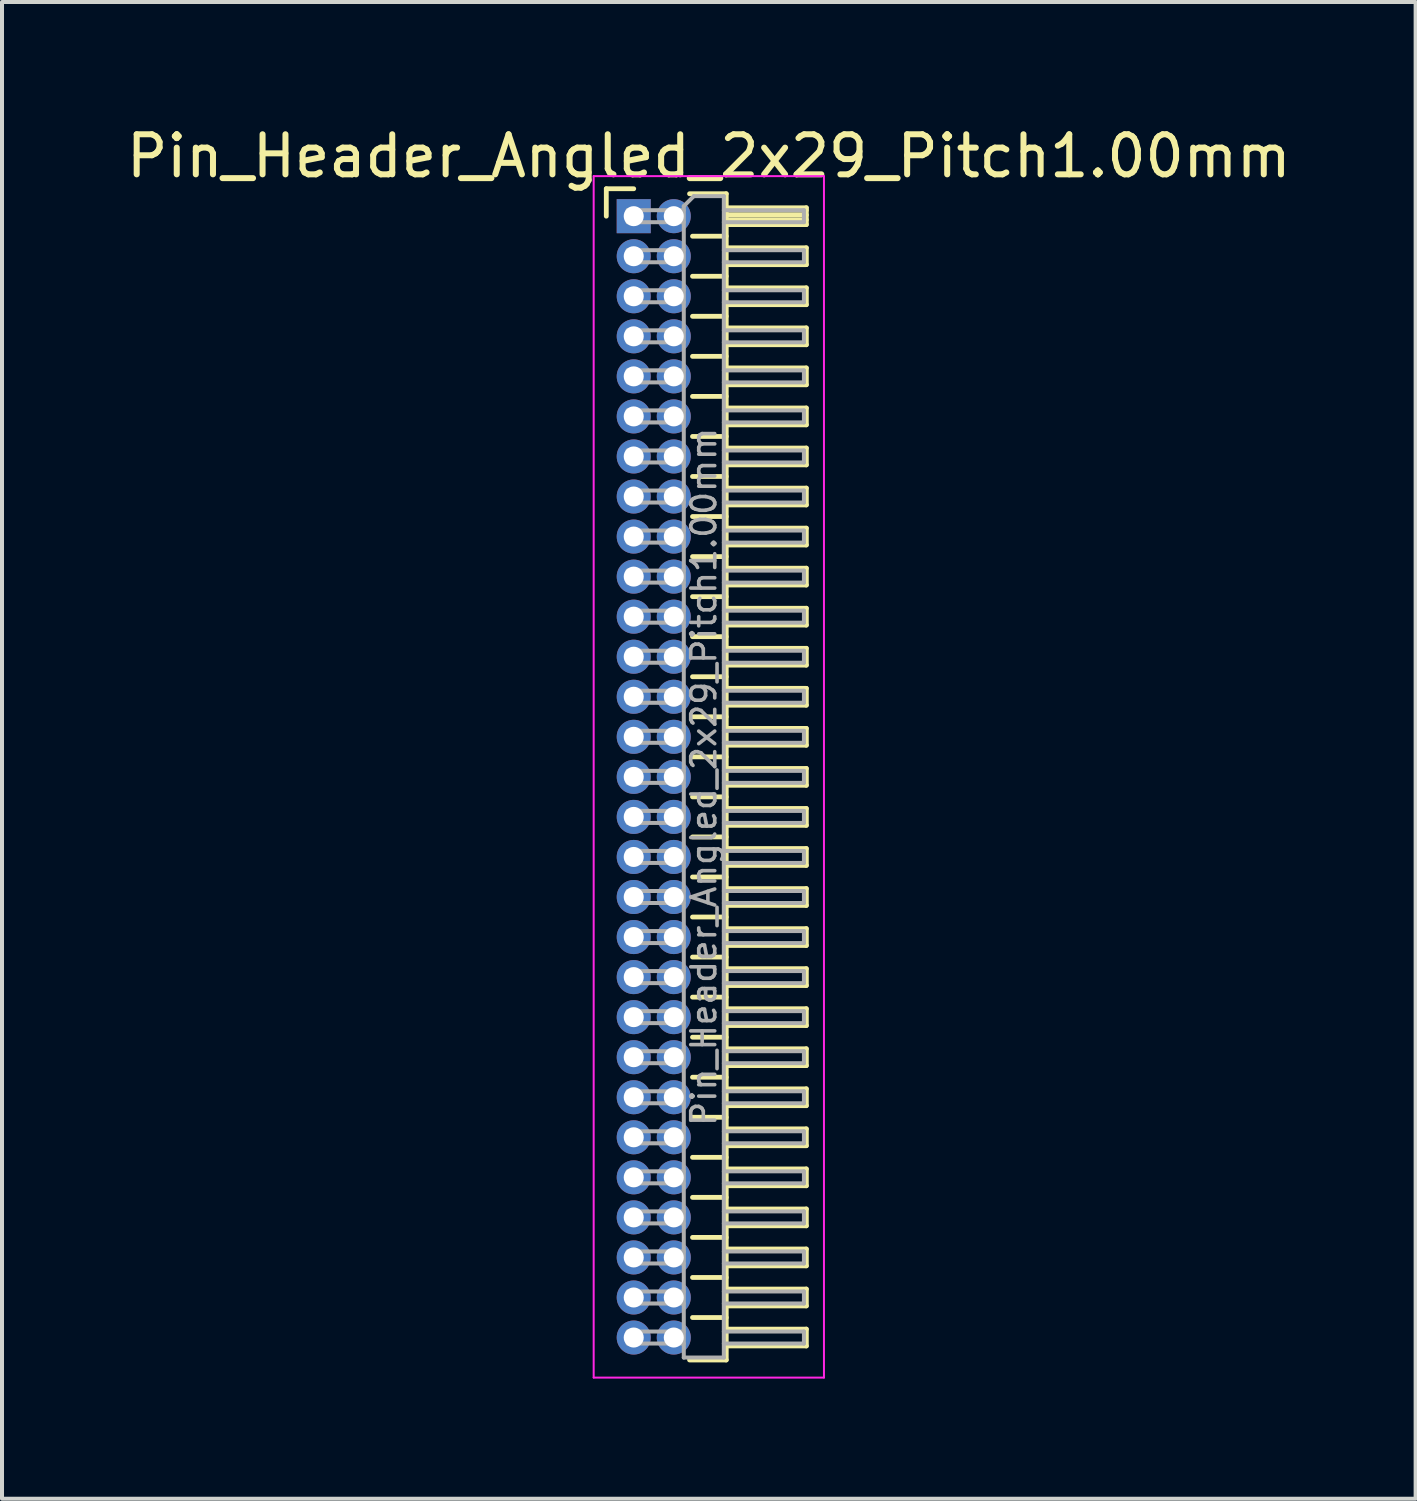
<source format=kicad_pcb>
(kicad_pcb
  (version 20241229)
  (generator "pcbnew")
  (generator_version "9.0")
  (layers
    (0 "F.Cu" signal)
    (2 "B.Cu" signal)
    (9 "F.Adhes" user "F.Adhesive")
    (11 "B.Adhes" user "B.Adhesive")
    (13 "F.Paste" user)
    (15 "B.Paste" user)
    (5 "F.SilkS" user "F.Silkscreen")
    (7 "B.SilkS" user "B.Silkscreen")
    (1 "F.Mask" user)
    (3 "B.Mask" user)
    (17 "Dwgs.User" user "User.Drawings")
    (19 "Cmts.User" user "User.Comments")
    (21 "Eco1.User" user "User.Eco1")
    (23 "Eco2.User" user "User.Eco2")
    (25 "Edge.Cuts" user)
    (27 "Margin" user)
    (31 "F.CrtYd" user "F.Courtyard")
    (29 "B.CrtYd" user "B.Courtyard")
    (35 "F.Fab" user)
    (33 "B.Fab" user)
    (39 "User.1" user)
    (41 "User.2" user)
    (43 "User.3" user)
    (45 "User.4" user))
  (footprint "Pin_Header_Angled_2x29_Pitch1.00mm"
    (layer "F.Cu")
    (at 12.774 2.348)
    (property "Reference" "Pin_Header_Angled_2x29_Pitch1.00mm" (at 1.875 -1.5 0) (layer "F.SilkS") (effects (font (size 1 1) (thickness 0.15))))
    (attr through_hole)
    (fp_line (start -0.685 -0.685) (end 0 -0.685) (stroke (width 0.12) (type solid)) (layer "F.SilkS"))
    (fp_line (start -0.685 0) (end -0.685 -0.685) (stroke (width 0.12) (type solid)) (layer "F.SilkS"))
    (fp_line (start 1.394 -0.56) (end 2.31 -0.56) (stroke (width 0.12) (type solid)) (layer "F.SilkS"))
    (fp_line (start 1.468 0.5) (end 2.31 0.5) (stroke (width 0.12) (type solid)) (layer "F.SilkS"))
    (fp_line (start 1.468 1.5) (end 2.31 1.5) (stroke (width 0.12) (type solid)) (layer "F.SilkS"))
    (fp_line (start 1.468 2.5) (end 2.31 2.5) (stroke (width 0.12) (type solid)) (layer "F.SilkS"))
    (fp_line (start 1.468 3.5) (end 2.31 3.5) (stroke (width 0.12) (type solid)) (layer "F.SilkS"))
    (fp_line (start 1.468 4.5) (end 2.31 4.5) (stroke (width 0.12) (type solid)) (layer "F.SilkS"))
    (fp_line (start 1.468 5.5) (end 2.31 5.5) (stroke (width 0.12) (type solid)) (layer "F.SilkS"))
    (fp_line (start 1.468 6.5) (end 2.31 6.5) (stroke (width 0.12) (type solid)) (layer "F.SilkS"))
    (fp_line (start 1.468 7.5) (end 2.31 7.5) (stroke (width 0.12) (type solid)) (layer "F.SilkS"))
    (fp_line (start 1.468 8.5) (end 2.31 8.5) (stroke (width 0.12) (type solid)) (layer "F.SilkS"))
    (fp_line (start 1.468 9.5) (end 2.31 9.5) (stroke (width 0.12) (type solid)) (layer "F.SilkS"))
    (fp_line (start 1.468 10.5) (end 2.31 10.5) (stroke (width 0.12) (type solid)) (layer "F.SilkS"))
    (fp_line (start 1.468 11.5) (end 2.31 11.5) (stroke (width 0.12) (type solid)) (layer "F.SilkS"))
    (fp_line (start 1.468 12.5) (end 2.31 12.5) (stroke (width 0.12) (type solid)) (layer "F.SilkS"))
    (fp_line (start 1.468 13.5) (end 2.31 13.5) (stroke (width 0.12) (type solid)) (layer "F.SilkS"))
    (fp_line (start 1.468 14.5) (end 2.31 14.5) (stroke (width 0.12) (type solid)) (layer "F.SilkS"))
    (fp_line (start 1.468 15.5) (end 2.31 15.5) (stroke (width 0.12) (type solid)) (layer "F.SilkS"))
    (fp_line (start 1.468 16.5) (end 2.31 16.5) (stroke (width 0.12) (type solid)) (layer "F.SilkS"))
    (fp_line (start 1.468 17.5) (end 2.31 17.5) (stroke (width 0.12) (type solid)) (layer "F.SilkS"))
    (fp_line (start 1.468 18.5) (end 2.31 18.5) (stroke (width 0.12) (type solid)) (layer "F.SilkS"))
    (fp_line (start 1.468 19.5) (end 2.31 19.5) (stroke (width 0.12) (type solid)) (layer "F.SilkS"))
    (fp_line (start 1.468 20.5) (end 2.31 20.5) (stroke (width 0.12) (type solid)) (layer "F.SilkS"))
    (fp_line (start 1.468 21.5) (end 2.31 21.5) (stroke (width 0.12) (type solid)) (layer "F.SilkS"))
    (fp_line (start 1.468 22.5) (end 2.31 22.5) (stroke (width 0.12) (type solid)) (layer "F.SilkS"))
    (fp_line (start 1.468 23.5) (end 2.31 23.5) (stroke (width 0.12) (type solid)) (layer "F.SilkS"))
    (fp_line (start 1.468 24.5) (end 2.31 24.5) (stroke (width 0.12) (type solid)) (layer "F.SilkS"))
    (fp_line (start 1.468 25.5) (end 2.31 25.5) (stroke (width 0.12) (type solid)) (layer "F.SilkS"))
    (fp_line (start 1.468 26.5) (end 2.31 26.5) (stroke (width 0.12) (type solid)) (layer "F.SilkS"))
    (fp_line (start 1.468 27.5) (end 2.31 27.5) (stroke (width 0.12) (type solid)) (layer "F.SilkS"))
    (fp_line (start 2.31 -0.56) (end 2.31 28.56) (stroke (width 0.12) (type solid)) (layer "F.SilkS"))
    (fp_line (start 2.31 -0.21) (end 4.31 -0.21) (stroke (width 0.12) (type solid)) (layer "F.SilkS"))
    (fp_line (start 2.31 -0.15) (end 4.31 -0.15) (stroke (width 0.12) (type solid)) (layer "F.SilkS"))
    (fp_line (start 2.31 -0.03) (end 4.31 -0.03) (stroke (width 0.12) (type solid)) (layer "F.SilkS"))
    (fp_line (start 2.31 0.09) (end 4.31 0.09) (stroke (width 0.12) (type solid)) (layer "F.SilkS"))
    (fp_line (start 2.31 0.79) (end 4.31 0.79) (stroke (width 0.12) (type solid)) (layer "F.SilkS"))
    (fp_line (start 2.31 1.79) (end 4.31 1.79) (stroke (width 0.12) (type solid)) (layer "F.SilkS"))
    (fp_line (start 2.31 2.79) (end 4.31 2.79) (stroke (width 0.12) (type solid)) (layer "F.SilkS"))
    (fp_line (start 2.31 3.79) (end 4.31 3.79) (stroke (width 0.12) (type solid)) (layer "F.SilkS"))
    (fp_line (start 2.31 4.79) (end 4.31 4.79) (stroke (width 0.12) (type solid)) (layer "F.SilkS"))
    (fp_line (start 2.31 5.79) (end 4.31 5.79) (stroke (width 0.12) (type solid)) (layer "F.SilkS"))
    (fp_line (start 2.31 6.79) (end 4.31 6.79) (stroke (width 0.12) (type solid)) (layer "F.SilkS"))
    (fp_line (start 2.31 7.79) (end 4.31 7.79) (stroke (width 0.12) (type solid)) (layer "F.SilkS"))
    (fp_line (start 2.31 8.79) (end 4.31 8.79) (stroke (width 0.12) (type solid)) (layer "F.SilkS"))
    (fp_line (start 2.31 9.79) (end 4.31 9.79) (stroke (width 0.12) (type solid)) (layer "F.SilkS"))
    (fp_line (start 2.31 10.79) (end 4.31 10.79) (stroke (width 0.12) (type solid)) (layer "F.SilkS"))
    (fp_line (start 2.31 11.79) (end 4.31 11.79) (stroke (width 0.12) (type solid)) (layer "F.SilkS"))
    (fp_line (start 2.31 12.79) (end 4.31 12.79) (stroke (width 0.12) (type solid)) (layer "F.SilkS"))
    (fp_line (start 2.31 13.79) (end 4.31 13.79) (stroke (width 0.12) (type solid)) (layer "F.SilkS"))
    (fp_line (start 2.31 14.79) (end 4.31 14.79) (stroke (width 0.12) (type solid)) (layer "F.SilkS"))
    (fp_line (start 2.31 15.79) (end 4.31 15.79) (stroke (width 0.12) (type solid)) (layer "F.SilkS"))
    (fp_line (start 2.31 16.79) (end 4.31 16.79) (stroke (width 0.12) (type solid)) (layer "F.SilkS"))
    (fp_line (start 2.31 17.79) (end 4.31 17.79) (stroke (width 0.12) (type solid)) (layer "F.SilkS"))
    (fp_line (start 2.31 18.79) (end 4.31 18.79) (stroke (width 0.12) (type solid)) (layer "F.SilkS"))
    (fp_line (start 2.31 19.79) (end 4.31 19.79) (stroke (width 0.12) (type solid)) (layer "F.SilkS"))
    (fp_line (start 2.31 20.79) (end 4.31 20.79) (stroke (width 0.12) (type solid)) (layer "F.SilkS"))
    (fp_line (start 2.31 21.79) (end 4.31 21.79) (stroke (width 0.12) (type solid)) (layer "F.SilkS"))
    (fp_line (start 2.31 22.79) (end 4.31 22.79) (stroke (width 0.12) (type solid)) (layer "F.SilkS"))
    (fp_line (start 2.31 23.79) (end 4.31 23.79) (stroke (width 0.12) (type solid)) (layer "F.SilkS"))
    (fp_line (start 2.31 24.79) (end 4.31 24.79) (stroke (width 0.12) (type solid)) (layer "F.SilkS"))
    (fp_line (start 2.31 25.79) (end 4.31 25.79) (stroke (width 0.12) (type solid)) (layer "F.SilkS"))
    (fp_line (start 2.31 26.79) (end 4.31 26.79) (stroke (width 0.12) (type solid)) (layer "F.SilkS"))
    (fp_line (start 2.31 27.79) (end 4.31 27.79) (stroke (width 0.12) (type solid)) (layer "F.SilkS"))
    (fp_line (start 2.31 28.56) (end 1.394 28.56) (stroke (width 0.12) (type solid)) (layer "F.SilkS"))
    (fp_line (start 4.31 -0.21) (end 4.31 0.21) (stroke (width 0.12) (type solid)) (layer "F.SilkS"))
    (fp_line (start 4.31 0.21) (end 2.31 0.21) (stroke (width 0.12) (type solid)) (layer "F.SilkS"))
    (fp_line (start 4.31 0.79) (end 4.31 1.21) (stroke (width 0.12) (type solid)) (layer "F.SilkS"))
    (fp_line (start 4.31 1.21) (end 2.31 1.21) (stroke (width 0.12) (type solid)) (layer "F.SilkS"))
    (fp_line (start 4.31 1.79) (end 4.31 2.21) (stroke (width 0.12) (type solid)) (layer "F.SilkS"))
    (fp_line (start 4.31 2.21) (end 2.31 2.21) (stroke (width 0.12) (type solid)) (layer "F.SilkS"))
    (fp_line (start 4.31 2.79) (end 4.31 3.21) (stroke (width 0.12) (type solid)) (layer "F.SilkS"))
    (fp_line (start 4.31 3.21) (end 2.31 3.21) (stroke (width 0.12) (type solid)) (layer "F.SilkS"))
    (fp_line (start 4.31 3.79) (end 4.31 4.21) (stroke (width 0.12) (type solid)) (layer "F.SilkS"))
    (fp_line (start 4.31 4.21) (end 2.31 4.21) (stroke (width 0.12) (type solid)) (layer "F.SilkS"))
    (fp_line (start 4.31 4.79) (end 4.31 5.21) (stroke (width 0.12) (type solid)) (layer "F.SilkS"))
    (fp_line (start 4.31 5.21) (end 2.31 5.21) (stroke (width 0.12) (type solid)) (layer "F.SilkS"))
    (fp_line (start 4.31 5.79) (end 4.31 6.21) (stroke (width 0.12) (type solid)) (layer "F.SilkS"))
    (fp_line (start 4.31 6.21) (end 2.31 6.21) (stroke (width 0.12) (type solid)) (layer "F.SilkS"))
    (fp_line (start 4.31 6.79) (end 4.31 7.21) (stroke (width 0.12) (type solid)) (layer "F.SilkS"))
    (fp_line (start 4.31 7.21) (end 2.31 7.21) (stroke (width 0.12) (type solid)) (layer "F.SilkS"))
    (fp_line (start 4.31 7.79) (end 4.31 8.21) (stroke (width 0.12) (type solid)) (layer "F.SilkS"))
    (fp_line (start 4.31 8.21) (end 2.31 8.21) (stroke (width 0.12) (type solid)) (layer "F.SilkS"))
    (fp_line (start 4.31 8.79) (end 4.31 9.21) (stroke (width 0.12) (type solid)) (layer "F.SilkS"))
    (fp_line (start 4.31 9.21) (end 2.31 9.21) (stroke (width 0.12) (type solid)) (layer "F.SilkS"))
    (fp_line (start 4.31 9.79) (end 4.31 10.21) (stroke (width 0.12) (type solid)) (layer "F.SilkS"))
    (fp_line (start 4.31 10.21) (end 2.31 10.21) (stroke (width 0.12) (type solid)) (layer "F.SilkS"))
    (fp_line (start 4.31 10.79) (end 4.31 11.21) (stroke (width 0.12) (type solid)) (layer "F.SilkS"))
    (fp_line (start 4.31 11.21) (end 2.31 11.21) (stroke (width 0.12) (type solid)) (layer "F.SilkS"))
    (fp_line (start 4.31 11.79) (end 4.31 12.21) (stroke (width 0.12) (type solid)) (layer "F.SilkS"))
    (fp_line (start 4.31 12.21) (end 2.31 12.21) (stroke (width 0.12) (type solid)) (layer "F.SilkS"))
    (fp_line (start 4.31 12.79) (end 4.31 13.21) (stroke (width 0.12) (type solid)) (layer "F.SilkS"))
    (fp_line (start 4.31 13.21) (end 2.31 13.21) (stroke (width 0.12) (type solid)) (layer "F.SilkS"))
    (fp_line (start 4.31 13.79) (end 4.31 14.21) (stroke (width 0.12) (type solid)) (layer "F.SilkS"))
    (fp_line (start 4.31 14.21) (end 2.31 14.21) (stroke (width 0.12) (type solid)) (layer "F.SilkS"))
    (fp_line (start 4.31 14.79) (end 4.31 15.21) (stroke (width 0.12) (type solid)) (layer "F.SilkS"))
    (fp_line (start 4.31 15.21) (end 2.31 15.21) (stroke (width 0.12) (type solid)) (layer "F.SilkS"))
    (fp_line (start 4.31 15.79) (end 4.31 16.21) (stroke (width 0.12) (type solid)) (layer "F.SilkS"))
    (fp_line (start 4.31 16.21) (end 2.31 16.21) (stroke (width 0.12) (type solid)) (layer "F.SilkS"))
    (fp_line (start 4.31 16.79) (end 4.31 17.21) (stroke (width 0.12) (type solid)) (layer "F.SilkS"))
    (fp_line (start 4.31 17.21) (end 2.31 17.21) (stroke (width 0.12) (type solid)) (layer "F.SilkS"))
    (fp_line (start 4.31 17.79) (end 4.31 18.21) (stroke (width 0.12) (type solid)) (layer "F.SilkS"))
    (fp_line (start 4.31 18.21) (end 2.31 18.21) (stroke (width 0.12) (type solid)) (layer "F.SilkS"))
    (fp_line (start 4.31 18.79) (end 4.31 19.21) (stroke (width 0.12) (type solid)) (layer "F.SilkS"))
    (fp_line (start 4.31 19.21) (end 2.31 19.21) (stroke (width 0.12) (type solid)) (layer "F.SilkS"))
    (fp_line (start 4.31 19.79) (end 4.31 20.21) (stroke (width 0.12) (type solid)) (layer "F.SilkS"))
    (fp_line (start 4.31 20.21) (end 2.31 20.21) (stroke (width 0.12) (type solid)) (layer "F.SilkS"))
    (fp_line (start 4.31 20.79) (end 4.31 21.21) (stroke (width 0.12) (type solid)) (layer "F.SilkS"))
    (fp_line (start 4.31 21.21) (end 2.31 21.21) (stroke (width 0.12) (type solid)) (layer "F.SilkS"))
    (fp_line (start 4.31 21.79) (end 4.31 22.21) (stroke (width 0.12) (type solid)) (layer "F.SilkS"))
    (fp_line (start 4.31 22.21) (end 2.31 22.21) (stroke (width 0.12) (type solid)) (layer "F.SilkS"))
    (fp_line (start 4.31 22.79) (end 4.31 23.21) (stroke (width 0.12) (type solid)) (layer "F.SilkS"))
    (fp_line (start 4.31 23.21) (end 2.31 23.21) (stroke (width 0.12) (type solid)) (layer "F.SilkS"))
    (fp_line (start 4.31 23.79) (end 4.31 24.21) (stroke (width 0.12) (type solid)) (layer "F.SilkS"))
    (fp_line (start 4.31 24.21) (end 2.31 24.21) (stroke (width 0.12) (type solid)) (layer "F.SilkS"))
    (fp_line (start 4.31 24.79) (end 4.31 25.21) (stroke (width 0.12) (type solid)) (layer "F.SilkS"))
    (fp_line (start 4.31 25.21) (end 2.31 25.21) (stroke (width 0.12) (type solid)) (layer "F.SilkS"))
    (fp_line (start 4.31 25.79) (end 4.31 26.21) (stroke (width 0.12) (type solid)) (layer "F.SilkS"))
    (fp_line (start 4.31 26.21) (end 2.31 26.21) (stroke (width 0.12) (type solid)) (layer "F.SilkS"))
    (fp_line (start 4.31 26.79) (end 4.31 27.21) (stroke (width 0.12) (type solid)) (layer "F.SilkS"))
    (fp_line (start 4.31 27.21) (end 2.31 27.21) (stroke (width 0.12) (type solid)) (layer "F.SilkS"))
    (fp_line (start 4.31 27.79) (end 4.31 28.21) (stroke (width 0.12) (type solid)) (layer "F.SilkS"))
    (fp_line (start 4.31 28.21) (end 2.31 28.21) (stroke (width 0.12) (type solid)) (layer "F.SilkS"))
    (fp_line (start -1 -1) (end -1 29) (stroke (width 0.05) (type solid)) (layer "F.CrtYd"))
    (fp_line (start -1 29) (end 4.75 29) (stroke (width 0.05) (type solid)) (layer "F.CrtYd"))
    (fp_line (start 4.75 -1) (end -1 -1) (stroke (width 0.05) (type solid)) (layer "F.CrtYd"))
    (fp_line (start 4.75 29) (end 4.75 -1) (stroke (width 0.05) (type solid)) (layer "F.CrtYd"))
    (fp_line (start -0.15 -0.15) (end -0.15 0.15) (stroke (width 0.1) (type solid)) (layer "F.Fab"))
    (fp_line (start -0.15 -0.15) (end 1.25 -0.15) (stroke (width 0.1) (type solid)) (layer "F.Fab"))
    (fp_line (start -0.15 0.15) (end 1.25 0.15) (stroke (width 0.1) (type solid)) (layer "F.Fab"))
    (fp_line (start -0.15 0.85) (end -0.15 1.15) (stroke (width 0.1) (type solid)) (layer "F.Fab"))
    (fp_line (start -0.15 0.85) (end 1.25 0.85) (stroke (width 0.1) (type solid)) (layer "F.Fab"))
    (fp_line (start -0.15 1.15) (end 1.25 1.15) (stroke (width 0.1) (type solid)) (layer "F.Fab"))
    (fp_line (start -0.15 1.85) (end -0.15 2.15) (stroke (width 0.1) (type solid)) (layer "F.Fab"))
    (fp_line (start -0.15 1.85) (end 1.25 1.85) (stroke (width 0.1) (type solid)) (layer "F.Fab"))
    (fp_line (start -0.15 2.15) (end 1.25 2.15) (stroke (width 0.1) (type solid)) (layer "F.Fab"))
    (fp_line (start -0.15 2.85) (end -0.15 3.15) (stroke (width 0.1) (type solid)) (layer "F.Fab"))
    (fp_line (start -0.15 2.85) (end 1.25 2.85) (stroke (width 0.1) (type solid)) (layer "F.Fab"))
    (fp_line (start -0.15 3.15) (end 1.25 3.15) (stroke (width 0.1) (type solid)) (layer "F.Fab"))
    (fp_line (start -0.15 3.85) (end -0.15 4.15) (stroke (width 0.1) (type solid)) (layer "F.Fab"))
    (fp_line (start -0.15 3.85) (end 1.25 3.85) (stroke (width 0.1) (type solid)) (layer "F.Fab"))
    (fp_line (start -0.15 4.15) (end 1.25 4.15) (stroke (width 0.1) (type solid)) (layer "F.Fab"))
    (fp_line (start -0.15 4.85) (end -0.15 5.15) (stroke (width 0.1) (type solid)) (layer "F.Fab"))
    (fp_line (start -0.15 4.85) (end 1.25 4.85) (stroke (width 0.1) (type solid)) (layer "F.Fab"))
    (fp_line (start -0.15 5.15) (end 1.25 5.15) (stroke (width 0.1) (type solid)) (layer "F.Fab"))
    (fp_line (start -0.15 5.85) (end -0.15 6.15) (stroke (width 0.1) (type solid)) (layer "F.Fab"))
    (fp_line (start -0.15 5.85) (end 1.25 5.85) (stroke (width 0.1) (type solid)) (layer "F.Fab"))
    (fp_line (start -0.15 6.15) (end 1.25 6.15) (stroke (width 0.1) (type solid)) (layer "F.Fab"))
    (fp_line (start -0.15 6.85) (end -0.15 7.15) (stroke (width 0.1) (type solid)) (layer "F.Fab"))
    (fp_line (start -0.15 6.85) (end 1.25 6.85) (stroke (width 0.1) (type solid)) (layer "F.Fab"))
    (fp_line (start -0.15 7.15) (end 1.25 7.15) (stroke (width 0.1) (type solid)) (layer "F.Fab"))
    (fp_line (start -0.15 7.85) (end -0.15 8.15) (stroke (width 0.1) (type solid)) (layer "F.Fab"))
    (fp_line (start -0.15 7.85) (end 1.25 7.85) (stroke (width 0.1) (type solid)) (layer "F.Fab"))
    (fp_line (start -0.15 8.15) (end 1.25 8.15) (stroke (width 0.1) (type solid)) (layer "F.Fab"))
    (fp_line (start -0.15 8.85) (end -0.15 9.15) (stroke (width 0.1) (type solid)) (layer "F.Fab"))
    (fp_line (start -0.15 8.85) (end 1.25 8.85) (stroke (width 0.1) (type solid)) (layer "F.Fab"))
    (fp_line (start -0.15 9.15) (end 1.25 9.15) (stroke (width 0.1) (type solid)) (layer "F.Fab"))
    (fp_line (start -0.15 9.85) (end -0.15 10.15) (stroke (width 0.1) (type solid)) (layer "F.Fab"))
    (fp_line (start -0.15 9.85) (end 1.25 9.85) (stroke (width 0.1) (type solid)) (layer "F.Fab"))
    (fp_line (start -0.15 10.15) (end 1.25 10.15) (stroke (width 0.1) (type solid)) (layer "F.Fab"))
    (fp_line (start -0.15 10.85) (end -0.15 11.15) (stroke (width 0.1) (type solid)) (layer "F.Fab"))
    (fp_line (start -0.15 10.85) (end 1.25 10.85) (stroke (width 0.1) (type solid)) (layer "F.Fab"))
    (fp_line (start -0.15 11.15) (end 1.25 11.15) (stroke (width 0.1) (type solid)) (layer "F.Fab"))
    (fp_line (start -0.15 11.85) (end -0.15 12.15) (stroke (width 0.1) (type solid)) (layer "F.Fab"))
    (fp_line (start -0.15 11.85) (end 1.25 11.85) (stroke (width 0.1) (type solid)) (layer "F.Fab"))
    (fp_line (start -0.15 12.15) (end 1.25 12.15) (stroke (width 0.1) (type solid)) (layer "F.Fab"))
    (fp_line (start -0.15 12.85) (end -0.15 13.15) (stroke (width 0.1) (type solid)) (layer "F.Fab"))
    (fp_line (start -0.15 12.85) (end 1.25 12.85) (stroke (width 0.1) (type solid)) (layer "F.Fab"))
    (fp_line (start -0.15 13.15) (end 1.25 13.15) (stroke (width 0.1) (type solid)) (layer "F.Fab"))
    (fp_line (start -0.15 13.85) (end -0.15 14.15) (stroke (width 0.1) (type solid)) (layer "F.Fab"))
    (fp_line (start -0.15 13.85) (end 1.25 13.85) (stroke (width 0.1) (type solid)) (layer "F.Fab"))
    (fp_line (start -0.15 14.15) (end 1.25 14.15) (stroke (width 0.1) (type solid)) (layer "F.Fab"))
    (fp_line (start -0.15 14.85) (end -0.15 15.15) (stroke (width 0.1) (type solid)) (layer "F.Fab"))
    (fp_line (start -0.15 14.85) (end 1.25 14.85) (stroke (width 0.1) (type solid)) (layer "F.Fab"))
    (fp_line (start -0.15 15.15) (end 1.25 15.15) (stroke (width 0.1) (type solid)) (layer "F.Fab"))
    (fp_line (start -0.15 15.85) (end -0.15 16.15) (stroke (width 0.1) (type solid)) (layer "F.Fab"))
    (fp_line (start -0.15 15.85) (end 1.25 15.85) (stroke (width 0.1) (type solid)) (layer "F.Fab"))
    (fp_line (start -0.15 16.15) (end 1.25 16.15) (stroke (width 0.1) (type solid)) (layer "F.Fab"))
    (fp_line (start -0.15 16.85) (end -0.15 17.15) (stroke (width 0.1) (type solid)) (layer "F.Fab"))
    (fp_line (start -0.15 16.85) (end 1.25 16.85) (stroke (width 0.1) (type solid)) (layer "F.Fab"))
    (fp_line (start -0.15 17.15) (end 1.25 17.15) (stroke (width 0.1) (type solid)) (layer "F.Fab"))
    (fp_line (start -0.15 17.85) (end -0.15 18.15) (stroke (width 0.1) (type solid)) (layer "F.Fab"))
    (fp_line (start -0.15 17.85) (end 1.25 17.85) (stroke (width 0.1) (type solid)) (layer "F.Fab"))
    (fp_line (start -0.15 18.15) (end 1.25 18.15) (stroke (width 0.1) (type solid)) (layer "F.Fab"))
    (fp_line (start -0.15 18.85) (end -0.15 19.15) (stroke (width 0.1) (type solid)) (layer "F.Fab"))
    (fp_line (start -0.15 18.85) (end 1.25 18.85) (stroke (width 0.1) (type solid)) (layer "F.Fab"))
    (fp_line (start -0.15 19.15) (end 1.25 19.15) (stroke (width 0.1) (type solid)) (layer "F.Fab"))
    (fp_line (start -0.15 19.85) (end -0.15 20.15) (stroke (width 0.1) (type solid)) (layer "F.Fab"))
    (fp_line (start -0.15 19.85) (end 1.25 19.85) (stroke (width 0.1) (type solid)) (layer "F.Fab"))
    (fp_line (start -0.15 20.15) (end 1.25 20.15) (stroke (width 0.1) (type solid)) (layer "F.Fab"))
    (fp_line (start -0.15 20.85) (end -0.15 21.15) (stroke (width 0.1) (type solid)) (layer "F.Fab"))
    (fp_line (start -0.15 20.85) (end 1.25 20.85) (stroke (width 0.1) (type solid)) (layer "F.Fab"))
    (fp_line (start -0.15 21.15) (end 1.25 21.15) (stroke (width 0.1) (type solid)) (layer "F.Fab"))
    (fp_line (start -0.15 21.85) (end -0.15 22.15) (stroke (width 0.1) (type solid)) (layer "F.Fab"))
    (fp_line (start -0.15 21.85) (end 1.25 21.85) (stroke (width 0.1) (type solid)) (layer "F.Fab"))
    (fp_line (start -0.15 22.15) (end 1.25 22.15) (stroke (width 0.1) (type solid)) (layer "F.Fab"))
    (fp_line (start -0.15 22.85) (end -0.15 23.15) (stroke (width 0.1) (type solid)) (layer "F.Fab"))
    (fp_line (start -0.15 22.85) (end 1.25 22.85) (stroke (width 0.1) (type solid)) (layer "F.Fab"))
    (fp_line (start -0.15 23.15) (end 1.25 23.15) (stroke (width 0.1) (type solid)) (layer "F.Fab"))
    (fp_line (start -0.15 23.85) (end -0.15 24.15) (stroke (width 0.1) (type solid)) (layer "F.Fab"))
    (fp_line (start -0.15 23.85) (end 1.25 23.85) (stroke (width 0.1) (type solid)) (layer "F.Fab"))
    (fp_line (start -0.15 24.15) (end 1.25 24.15) (stroke (width 0.1) (type solid)) (layer "F.Fab"))
    (fp_line (start -0.15 24.85) (end -0.15 25.15) (stroke (width 0.1) (type solid)) (layer "F.Fab"))
    (fp_line (start -0.15 24.85) (end 1.25 24.85) (stroke (width 0.1) (type solid)) (layer "F.Fab"))
    (fp_line (start -0.15 25.15) (end 1.25 25.15) (stroke (width 0.1) (type solid)) (layer "F.Fab"))
    (fp_line (start -0.15 25.85) (end -0.15 26.15) (stroke (width 0.1) (type solid)) (layer "F.Fab"))
    (fp_line (start -0.15 25.85) (end 1.25 25.85) (stroke (width 0.1) (type solid)) (layer "F.Fab"))
    (fp_line (start -0.15 26.15) (end 1.25 26.15) (stroke (width 0.1) (type solid)) (layer "F.Fab"))
    (fp_line (start -0.15 26.85) (end -0.15 27.15) (stroke (width 0.1) (type solid)) (layer "F.Fab"))
    (fp_line (start -0.15 26.85) (end 1.25 26.85) (stroke (width 0.1) (type solid)) (layer "F.Fab"))
    (fp_line (start -0.15 27.15) (end 1.25 27.15) (stroke (width 0.1) (type solid)) (layer "F.Fab"))
    (fp_line (start -0.15 27.85) (end -0.15 28.15) (stroke (width 0.1) (type solid)) (layer "F.Fab"))
    (fp_line (start -0.15 27.85) (end 1.25 27.85) (stroke (width 0.1) (type solid)) (layer "F.Fab"))
    (fp_line (start -0.15 28.15) (end 1.25 28.15) (stroke (width 0.1) (type solid)) (layer "F.Fab"))
    (fp_line (start 1.25 -0.25) (end 1.5 -0.5) (stroke (width 0.1) (type solid)) (layer "F.Fab"))
    (fp_line (start 1.25 28.5) (end 1.25 -0.25) (stroke (width 0.1) (type solid)) (layer "F.Fab"))
    (fp_line (start 1.5 -0.5) (end 2.25 -0.5) (stroke (width 0.1) (type solid)) (layer "F.Fab"))
    (fp_line (start 2.25 -0.5) (end 2.25 28.5) (stroke (width 0.1) (type solid)) (layer "F.Fab"))
    (fp_line (start 2.25 -0.15) (end 4.25 -0.15) (stroke (width 0.1) (type solid)) (layer "F.Fab"))
    (fp_line (start 2.25 0.15) (end 4.25 0.15) (stroke (width 0.1) (type solid)) (layer "F.Fab"))
    (fp_line (start 2.25 0.85) (end 4.25 0.85) (stroke (width 0.1) (type solid)) (layer "F.Fab"))
    (fp_line (start 2.25 1.15) (end 4.25 1.15) (stroke (width 0.1) (type solid)) (layer "F.Fab"))
    (fp_line (start 2.25 1.85) (end 4.25 1.85) (stroke (width 0.1) (type solid)) (layer "F.Fab"))
    (fp_line (start 2.25 2.15) (end 4.25 2.15) (stroke (width 0.1) (type solid)) (layer "F.Fab"))
    (fp_line (start 2.25 2.85) (end 4.25 2.85) (stroke (width 0.1) (type solid)) (layer "F.Fab"))
    (fp_line (start 2.25 3.15) (end 4.25 3.15) (stroke (width 0.1) (type solid)) (layer "F.Fab"))
    (fp_line (start 2.25 3.85) (end 4.25 3.85) (stroke (width 0.1) (type solid)) (layer "F.Fab"))
    (fp_line (start 2.25 4.15) (end 4.25 4.15) (stroke (width 0.1) (type solid)) (layer "F.Fab"))
    (fp_line (start 2.25 4.85) (end 4.25 4.85) (stroke (width 0.1) (type solid)) (layer "F.Fab"))
    (fp_line (start 2.25 5.15) (end 4.25 5.15) (stroke (width 0.1) (type solid)) (layer "F.Fab"))
    (fp_line (start 2.25 5.85) (end 4.25 5.85) (stroke (width 0.1) (type solid)) (layer "F.Fab"))
    (fp_line (start 2.25 6.15) (end 4.25 6.15) (stroke (width 0.1) (type solid)) (layer "F.Fab"))
    (fp_line (start 2.25 6.85) (end 4.25 6.85) (stroke (width 0.1) (type solid)) (layer "F.Fab"))
    (fp_line (start 2.25 7.15) (end 4.25 7.15) (stroke (width 0.1) (type solid)) (layer "F.Fab"))
    (fp_line (start 2.25 7.85) (end 4.25 7.85) (stroke (width 0.1) (type solid)) (layer "F.Fab"))
    (fp_line (start 2.25 8.15) (end 4.25 8.15) (stroke (width 0.1) (type solid)) (layer "F.Fab"))
    (fp_line (start 2.25 8.85) (end 4.25 8.85) (stroke (width 0.1) (type solid)) (layer "F.Fab"))
    (fp_line (start 2.25 9.15) (end 4.25 9.15) (stroke (width 0.1) (type solid)) (layer "F.Fab"))
    (fp_line (start 2.25 9.85) (end 4.25 9.85) (stroke (width 0.1) (type solid)) (layer "F.Fab"))
    (fp_line (start 2.25 10.15) (end 4.25 10.15) (stroke (width 0.1) (type solid)) (layer "F.Fab"))
    (fp_line (start 2.25 10.85) (end 4.25 10.85) (stroke (width 0.1) (type solid)) (layer "F.Fab"))
    (fp_line (start 2.25 11.15) (end 4.25 11.15) (stroke (width 0.1) (type solid)) (layer "F.Fab"))
    (fp_line (start 2.25 11.85) (end 4.25 11.85) (stroke (width 0.1) (type solid)) (layer "F.Fab"))
    (fp_line (start 2.25 12.15) (end 4.25 12.15) (stroke (width 0.1) (type solid)) (layer "F.Fab"))
    (fp_line (start 2.25 12.85) (end 4.25 12.85) (stroke (width 0.1) (type solid)) (layer "F.Fab"))
    (fp_line (start 2.25 13.15) (end 4.25 13.15) (stroke (width 0.1) (type solid)) (layer "F.Fab"))
    (fp_line (start 2.25 13.85) (end 4.25 13.85) (stroke (width 0.1) (type solid)) (layer "F.Fab"))
    (fp_line (start 2.25 14.15) (end 4.25 14.15) (stroke (width 0.1) (type solid)) (layer "F.Fab"))
    (fp_line (start 2.25 14.85) (end 4.25 14.85) (stroke (width 0.1) (type solid)) (layer "F.Fab"))
    (fp_line (start 2.25 15.15) (end 4.25 15.15) (stroke (width 0.1) (type solid)) (layer "F.Fab"))
    (fp_line (start 2.25 15.85) (end 4.25 15.85) (stroke (width 0.1) (type solid)) (layer "F.Fab"))
    (fp_line (start 2.25 16.15) (end 4.25 16.15) (stroke (width 0.1) (type solid)) (layer "F.Fab"))
    (fp_line (start 2.25 16.85) (end 4.25 16.85) (stroke (width 0.1) (type solid)) (layer "F.Fab"))
    (fp_line (start 2.25 17.15) (end 4.25 17.15) (stroke (width 0.1) (type solid)) (layer "F.Fab"))
    (fp_line (start 2.25 17.85) (end 4.25 17.85) (stroke (width 0.1) (type solid)) (layer "F.Fab"))
    (fp_line (start 2.25 18.15) (end 4.25 18.15) (stroke (width 0.1) (type solid)) (layer "F.Fab"))
    (fp_line (start 2.25 18.85) (end 4.25 18.85) (stroke (width 0.1) (type solid)) (layer "F.Fab"))
    (fp_line (start 2.25 19.15) (end 4.25 19.15) (stroke (width 0.1) (type solid)) (layer "F.Fab"))
    (fp_line (start 2.25 19.85) (end 4.25 19.85) (stroke (width 0.1) (type solid)) (layer "F.Fab"))
    (fp_line (start 2.25 20.15) (end 4.25 20.15) (stroke (width 0.1) (type solid)) (layer "F.Fab"))
    (fp_line (start 2.25 20.85) (end 4.25 20.85) (stroke (width 0.1) (type solid)) (layer "F.Fab"))
    (fp_line (start 2.25 21.15) (end 4.25 21.15) (stroke (width 0.1) (type solid)) (layer "F.Fab"))
    (fp_line (start 2.25 21.85) (end 4.25 21.85) (stroke (width 0.1) (type solid)) (layer "F.Fab"))
    (fp_line (start 2.25 22.15) (end 4.25 22.15) (stroke (width 0.1) (type solid)) (layer "F.Fab"))
    (fp_line (start 2.25 22.85) (end 4.25 22.85) (stroke (width 0.1) (type solid)) (layer "F.Fab"))
    (fp_line (start 2.25 23.15) (end 4.25 23.15) (stroke (width 0.1) (type solid)) (layer "F.Fab"))
    (fp_line (start 2.25 23.85) (end 4.25 23.85) (stroke (width 0.1) (type solid)) (layer "F.Fab"))
    (fp_line (start 2.25 24.15) (end 4.25 24.15) (stroke (width 0.1) (type solid)) (layer "F.Fab"))
    (fp_line (start 2.25 24.85) (end 4.25 24.85) (stroke (width 0.1) (type solid)) (layer "F.Fab"))
    (fp_line (start 2.25 25.15) (end 4.25 25.15) (stroke (width 0.1) (type solid)) (layer "F.Fab"))
    (fp_line (start 2.25 25.85) (end 4.25 25.85) (stroke (width 0.1) (type solid)) (layer "F.Fab"))
    (fp_line (start 2.25 26.15) (end 4.25 26.15) (stroke (width 0.1) (type solid)) (layer "F.Fab"))
    (fp_line (start 2.25 26.85) (end 4.25 26.85) (stroke (width 0.1) (type solid)) (layer "F.Fab"))
    (fp_line (start 2.25 27.15) (end 4.25 27.15) (stroke (width 0.1) (type solid)) (layer "F.Fab"))
    (fp_line (start 2.25 27.85) (end 4.25 27.85) (stroke (width 0.1) (type solid)) (layer "F.Fab"))
    (fp_line (start 2.25 28.15) (end 4.25 28.15) (stroke (width 0.1) (type solid)) (layer "F.Fab"))
    (fp_line (start 2.25 28.5) (end 1.25 28.5) (stroke (width 0.1) (type solid)) (layer "F.Fab"))
    (fp_line (start 4.25 -0.15) (end 4.25 0.15) (stroke (width 0.1) (type solid)) (layer "F.Fab"))
    (fp_line (start 4.25 0.85) (end 4.25 1.15) (stroke (width 0.1) (type solid)) (layer "F.Fab"))
    (fp_line (start 4.25 1.85) (end 4.25 2.15) (stroke (width 0.1) (type solid)) (layer "F.Fab"))
    (fp_line (start 4.25 2.85) (end 4.25 3.15) (stroke (width 0.1) (type solid)) (layer "F.Fab"))
    (fp_line (start 4.25 3.85) (end 4.25 4.15) (stroke (width 0.1) (type solid)) (layer "F.Fab"))
    (fp_line (start 4.25 4.85) (end 4.25 5.15) (stroke (width 0.1) (type solid)) (layer "F.Fab"))
    (fp_line (start 4.25 5.85) (end 4.25 6.15) (stroke (width 0.1) (type solid)) (layer "F.Fab"))
    (fp_line (start 4.25 6.85) (end 4.25 7.15) (stroke (width 0.1) (type solid)) (layer "F.Fab"))
    (fp_line (start 4.25 7.85) (end 4.25 8.15) (stroke (width 0.1) (type solid)) (layer "F.Fab"))
    (fp_line (start 4.25 8.85) (end 4.25 9.15) (stroke (width 0.1) (type solid)) (layer "F.Fab"))
    (fp_line (start 4.25 9.85) (end 4.25 10.15) (stroke (width 0.1) (type solid)) (layer "F.Fab"))
    (fp_line (start 4.25 10.85) (end 4.25 11.15) (stroke (width 0.1) (type solid)) (layer "F.Fab"))
    (fp_line (start 4.25 11.85) (end 4.25 12.15) (stroke (width 0.1) (type solid)) (layer "F.Fab"))
    (fp_line (start 4.25 12.85) (end 4.25 13.15) (stroke (width 0.1) (type solid)) (layer "F.Fab"))
    (fp_line (start 4.25 13.85) (end 4.25 14.15) (stroke (width 0.1) (type solid)) (layer "F.Fab"))
    (fp_line (start 4.25 14.85) (end 4.25 15.15) (stroke (width 0.1) (type solid)) (layer "F.Fab"))
    (fp_line (start 4.25 15.85) (end 4.25 16.15) (stroke (width 0.1) (type solid)) (layer "F.Fab"))
    (fp_line (start 4.25 16.85) (end 4.25 17.15) (stroke (width 0.1) (type solid)) (layer "F.Fab"))
    (fp_line (start 4.25 17.85) (end 4.25 18.15) (stroke (width 0.1) (type solid)) (layer "F.Fab"))
    (fp_line (start 4.25 18.85) (end 4.25 19.15) (stroke (width 0.1) (type solid)) (layer "F.Fab"))
    (fp_line (start 4.25 19.85) (end 4.25 20.15) (stroke (width 0.1) (type solid)) (layer "F.Fab"))
    (fp_line (start 4.25 20.85) (end 4.25 21.15) (stroke (width 0.1) (type solid)) (layer "F.Fab"))
    (fp_line (start 4.25 21.85) (end 4.25 22.15) (stroke (width 0.1) (type solid)) (layer "F.Fab"))
    (fp_line (start 4.25 22.85) (end 4.25 23.15) (stroke (width 0.1) (type solid)) (layer "F.Fab"))
    (fp_line (start 4.25 23.85) (end 4.25 24.15) (stroke (width 0.1) (type solid)) (layer "F.Fab"))
    (fp_line (start 4.25 24.85) (end 4.25 25.15) (stroke (width 0.1) (type solid)) (layer "F.Fab"))
    (fp_line (start 4.25 25.85) (end 4.25 26.15) (stroke (width 0.1) (type solid)) (layer "F.Fab"))
    (fp_line (start 4.25 26.85) (end 4.25 27.15) (stroke (width 0.1) (type solid)) (layer "F.Fab"))
    (fp_line (start 4.25 27.85) (end 4.25 28.15) (stroke (width 0.1) (type solid)) (layer "F.Fab"))
    (fp_text user "${REFERENCE}" (at 1.75 14 90) (layer "F.Fab") (effects (font (size 0.6 0.6) (thickness 0.09))))
    (pad "1" thru_hole rect (at 0 0) (size 0.85 0.85) (drill 0.5) (layers "*.Cu" "*.Mask"))
    (pad "2" thru_hole oval (at 1 0) (size 0.85 0.85) (drill 0.5) (layers "*.Cu" "*.Mask"))
    (pad "3" thru_hole oval (at 0 1) (size 0.85 0.85) (drill 0.5) (layers "*.Cu" "*.Mask"))
    (pad "4" thru_hole oval (at 1 1) (size 0.85 0.85) (drill 0.5) (layers "*.Cu" "*.Mask"))
    (pad "5" thru_hole oval (at 0 2) (size 0.85 0.85) (drill 0.5) (layers "*.Cu" "*.Mask"))
    (pad "6" thru_hole oval (at 1 2) (size 0.85 0.85) (drill 0.5) (layers "*.Cu" "*.Mask"))
    (pad "7" thru_hole oval (at 0 3) (size 0.85 0.85) (drill 0.5) (layers "*.Cu" "*.Mask"))
    (pad "8" thru_hole oval (at 1 3) (size 0.85 0.85) (drill 0.5) (layers "*.Cu" "*.Mask"))
    (pad "9" thru_hole oval (at 0 4) (size 0.85 0.85) (drill 0.5) (layers "*.Cu" "*.Mask"))
    (pad "10" thru_hole oval (at 1 4) (size 0.85 0.85) (drill 0.5) (layers "*.Cu" "*.Mask"))
    (pad "11" thru_hole oval (at 0 5) (size 0.85 0.85) (drill 0.5) (layers "*.Cu" "*.Mask"))
    (pad "12" thru_hole oval (at 1 5) (size 0.85 0.85) (drill 0.5) (layers "*.Cu" "*.Mask"))
    (pad "13" thru_hole oval (at 0 6) (size 0.85 0.85) (drill 0.5) (layers "*.Cu" "*.Mask"))
    (pad "14" thru_hole oval (at 1 6) (size 0.85 0.85) (drill 0.5) (layers "*.Cu" "*.Mask"))
    (pad "15" thru_hole oval (at 0 7) (size 0.85 0.85) (drill 0.5) (layers "*.Cu" "*.Mask"))
    (pad "16" thru_hole oval (at 1 7) (size 0.85 0.85) (drill 0.5) (layers "*.Cu" "*.Mask"))
    (pad "17" thru_hole oval (at 0 8) (size 0.85 0.85) (drill 0.5) (layers "*.Cu" "*.Mask"))
    (pad "18" thru_hole oval (at 1 8) (size 0.85 0.85) (drill 0.5) (layers "*.Cu" "*.Mask"))
    (pad "19" thru_hole oval (at 0 9) (size 0.85 0.85) (drill 0.5) (layers "*.Cu" "*.Mask"))
    (pad "20" thru_hole oval (at 1 9) (size 0.85 0.85) (drill 0.5) (layers "*.Cu" "*.Mask"))
    (pad "21" thru_hole oval (at 0 10) (size 0.85 0.85) (drill 0.5) (layers "*.Cu" "*.Mask"))
    (pad "22" thru_hole oval (at 1 10) (size 0.85 0.85) (drill 0.5) (layers "*.Cu" "*.Mask"))
    (pad "23" thru_hole oval (at 0 11) (size 0.85 0.85) (drill 0.5) (layers "*.Cu" "*.Mask"))
    (pad "24" thru_hole oval (at 1 11) (size 0.85 0.85) (drill 0.5) (layers "*.Cu" "*.Mask"))
    (pad "25" thru_hole oval (at 0 12) (size 0.85 0.85) (drill 0.5) (layers "*.Cu" "*.Mask"))
    (pad "26" thru_hole oval (at 1 12) (size 0.85 0.85) (drill 0.5) (layers "*.Cu" "*.Mask"))
    (pad "27" thru_hole oval (at 0 13) (size 0.85 0.85) (drill 0.5) (layers "*.Cu" "*.Mask"))
    (pad "28" thru_hole oval (at 1 13) (size 0.85 0.85) (drill 0.5) (layers "*.Cu" "*.Mask"))
    (pad "29" thru_hole oval (at 0 14) (size 0.85 0.85) (drill 0.5) (layers "*.Cu" "*.Mask"))
    (pad "30" thru_hole oval (at 1 14) (size 0.85 0.85) (drill 0.5) (layers "*.Cu" "*.Mask"))
    (pad "31" thru_hole oval (at 0 15) (size 0.85 0.85) (drill 0.5) (layers "*.Cu" "*.Mask"))
    (pad "32" thru_hole oval (at 1 15) (size 0.85 0.85) (drill 0.5) (layers "*.Cu" "*.Mask"))
    (pad "33" thru_hole oval (at 0 16) (size 0.85 0.85) (drill 0.5) (layers "*.Cu" "*.Mask"))
    (pad "34" thru_hole oval (at 1 16) (size 0.85 0.85) (drill 0.5) (layers "*.Cu" "*.Mask"))
    (pad "35" thru_hole oval (at 0 17) (size 0.85 0.85) (drill 0.5) (layers "*.Cu" "*.Mask"))
    (pad "36" thru_hole oval (at 1 17) (size 0.85 0.85) (drill 0.5) (layers "*.Cu" "*.Mask"))
    (pad "37" thru_hole oval (at 0 18) (size 0.85 0.85) (drill 0.5) (layers "*.Cu" "*.Mask"))
    (pad "38" thru_hole oval (at 1 18) (size 0.85 0.85) (drill 0.5) (layers "*.Cu" "*.Mask"))
    (pad "39" thru_hole oval (at 0 19) (size 0.85 0.85) (drill 0.5) (layers "*.Cu" "*.Mask"))
    (pad "40" thru_hole oval (at 1 19) (size 0.85 0.85) (drill 0.5) (layers "*.Cu" "*.Mask"))
    (pad "41" thru_hole oval (at 0 20) (size 0.85 0.85) (drill 0.5) (layers "*.Cu" "*.Mask"))
    (pad "42" thru_hole oval (at 1 20) (size 0.85 0.85) (drill 0.5) (layers "*.Cu" "*.Mask"))
    (pad "43" thru_hole oval (at 0 21) (size 0.85 0.85) (drill 0.5) (layers "*.Cu" "*.Mask"))
    (pad "44" thru_hole oval (at 1 21) (size 0.85 0.85) (drill 0.5) (layers "*.Cu" "*.Mask"))
    (pad "45" thru_hole oval (at 0 22) (size 0.85 0.85) (drill 0.5) (layers "*.Cu" "*.Mask"))
    (pad "46" thru_hole oval (at 1 22) (size 0.85 0.85) (drill 0.5) (layers "*.Cu" "*.Mask"))
    (pad "47" thru_hole oval (at 0 23) (size 0.85 0.85) (drill 0.5) (layers "*.Cu" "*.Mask"))
    (pad "48" thru_hole oval (at 1 23) (size 0.85 0.85) (drill 0.5) (layers "*.Cu" "*.Mask"))
    (pad "49" thru_hole oval (at 0 24) (size 0.85 0.85) (drill 0.5) (layers "*.Cu" "*.Mask"))
    (pad "50" thru_hole oval (at 1 24) (size 0.85 0.85) (drill 0.5) (layers "*.Cu" "*.Mask"))
    (pad "51" thru_hole oval (at 0 25) (size 0.85 0.85) (drill 0.5) (layers "*.Cu" "*.Mask"))
    (pad "52" thru_hole oval (at 1 25) (size 0.85 0.85) (drill 0.5) (layers "*.Cu" "*.Mask"))
    (pad "53" thru_hole oval (at 0 26) (size 0.85 0.85) (drill 0.5) (layers "*.Cu" "*.Mask"))
    (pad "54" thru_hole oval (at 1 26) (size 0.85 0.85) (drill 0.5) (layers "*.Cu" "*.Mask"))
    (pad "55" thru_hole oval (at 0 27) (size 0.85 0.85) (drill 0.5) (layers "*.Cu" "*.Mask"))
    (pad "56" thru_hole oval (at 1 27) (size 0.85 0.85) (drill 0.5) (layers "*.Cu" "*.Mask"))
    (pad "57" thru_hole oval (at 0 28) (size 0.85 0.85) (drill 0.5) (layers "*.Cu" "*.Mask"))
    (pad "58" thru_hole oval (at 1 28) (size 0.85 0.85) (drill 0.5) (layers "*.Cu" "*.Mask")))
  (gr_rect
    (start -3 -3)
    (end 32.298 34.373)
    (stroke (width 0.1) (type default))
    (fill no)
    (layer "Edge.Cuts")))
</source>
